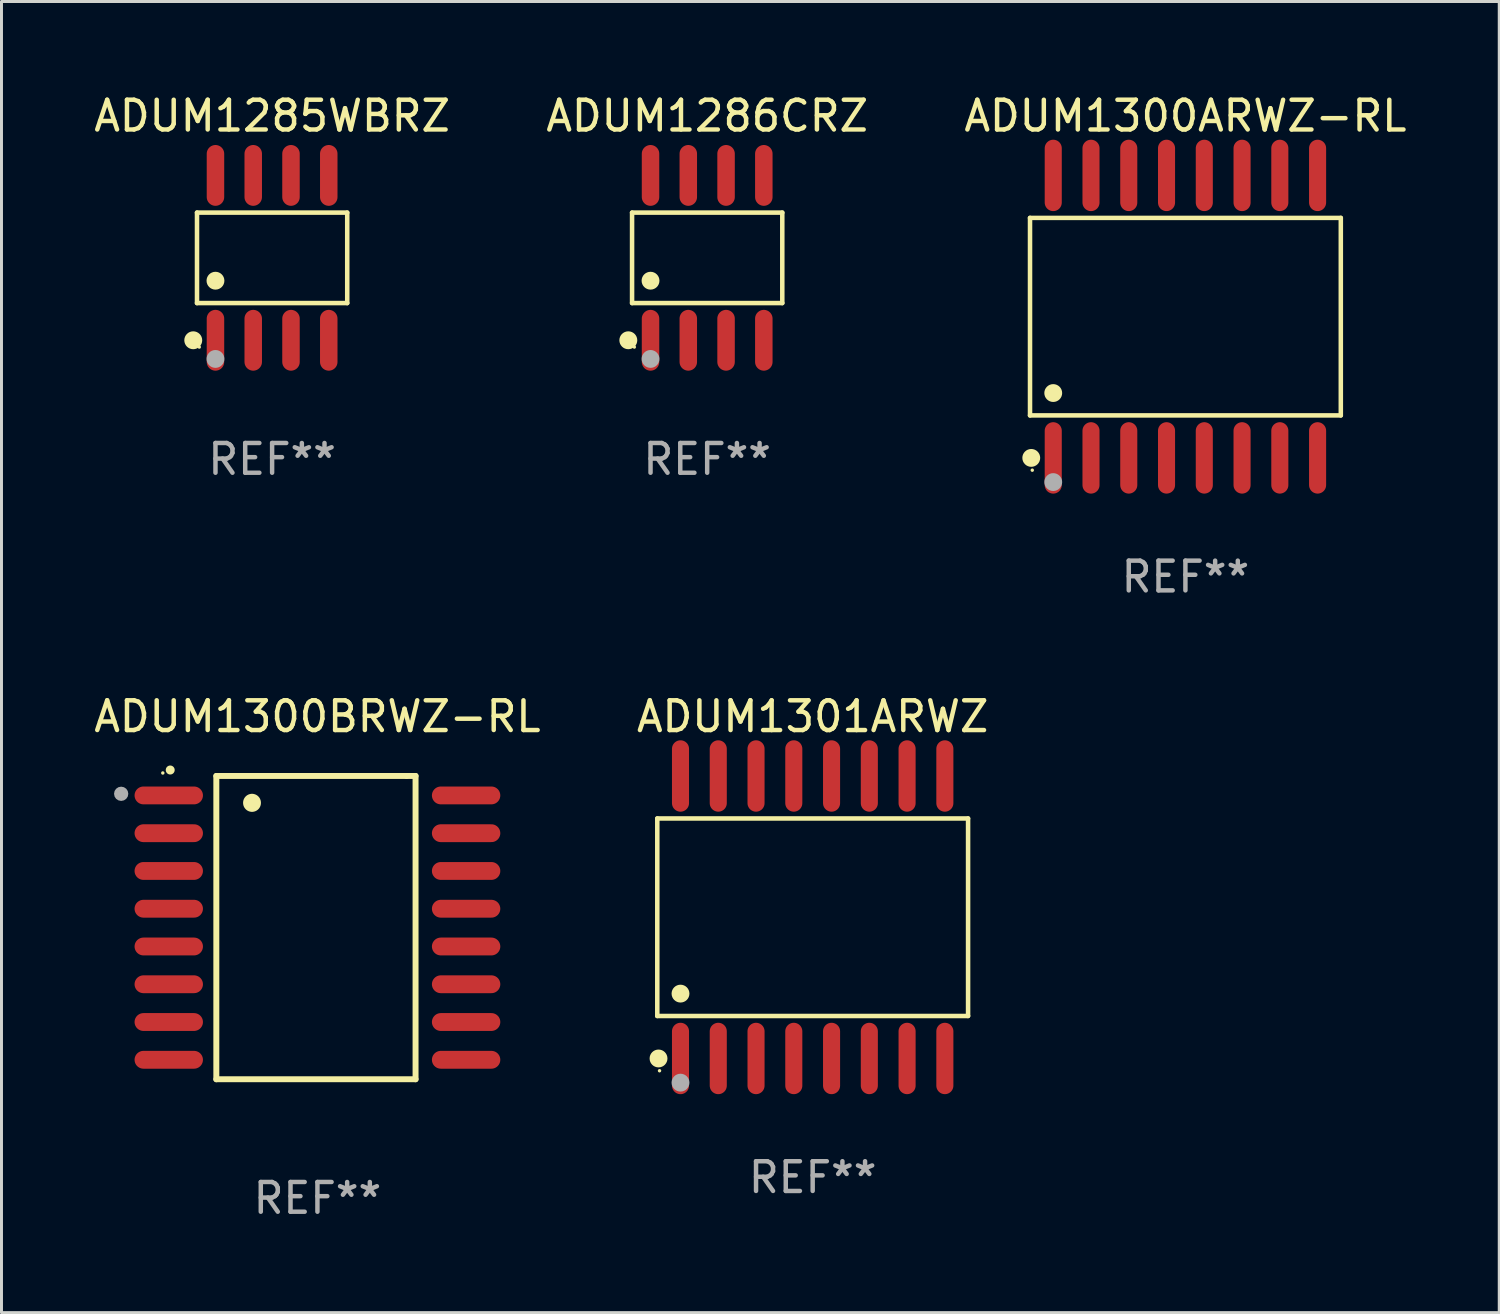
<source format=kicad_pcb>
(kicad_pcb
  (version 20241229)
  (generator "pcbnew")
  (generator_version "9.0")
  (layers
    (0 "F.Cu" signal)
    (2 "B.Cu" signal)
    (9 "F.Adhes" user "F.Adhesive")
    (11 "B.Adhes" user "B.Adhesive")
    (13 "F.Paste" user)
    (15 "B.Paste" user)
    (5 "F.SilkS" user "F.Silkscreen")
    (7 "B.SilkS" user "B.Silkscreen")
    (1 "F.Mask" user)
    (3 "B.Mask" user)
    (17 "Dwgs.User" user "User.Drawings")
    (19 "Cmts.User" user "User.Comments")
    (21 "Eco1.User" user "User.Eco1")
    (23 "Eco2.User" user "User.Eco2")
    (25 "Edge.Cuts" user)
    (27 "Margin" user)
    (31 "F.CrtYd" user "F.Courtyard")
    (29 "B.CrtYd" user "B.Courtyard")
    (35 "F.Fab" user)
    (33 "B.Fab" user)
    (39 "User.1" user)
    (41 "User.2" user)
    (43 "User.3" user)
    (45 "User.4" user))
  (footprint "ADUM1286CRZ"
    (layer "F.Cu")
    (at 20.732 5.621)
    (property "Reference" "ADUM1286CRZ" (at 0 -4.772 0) (layer "F.SilkS") (effects (font (size 1 1) (thickness 0.15))))
    (attr through_hole)
    (fp_line (start -2.526 -1.521) (end 2.526 -1.521) (stroke (width 0.152) (type solid)) (layer "F.SilkS"))
    (fp_line (start -2.526 1.521) (end -2.526 -1.521) (stroke (width 0.152) (type solid)) (layer "F.SilkS"))
    (fp_line (start 2.526 -1.521) (end 2.526 1.521) (stroke (width 0.152) (type solid)) (layer "F.SilkS"))
    (fp_line (start 2.526 1.521) (end -2.526 1.521) (stroke (width 0.152) (type solid)) (layer "F.SilkS"))
    (fp_circle (center -2.652 2.772) (end -2.501 2.772) (stroke (width 0.3) (type solid)) (fill no) (layer "F.SilkS"))
    (fp_circle (center -2.45 3) (end -2.42 3) (stroke (width 0.06) (type solid)) (fill no) (layer "F.SilkS"))
    (fp_circle (center -1.905 0.769) (end -1.755 0.769) (stroke (width 0.3) (type solid)) (fill no) (layer "F.SilkS"))
    (fp_circle (center -1.905 3.4) (end -1.755 3.4) (stroke (width 0.3) (type solid)) (fill no) (layer "F.Fab"))
    (fp_text user "REF**" (at 0 6.772 0) (layer "F.Fab") (effects (font (size 1 1) (thickness 0.15))))
    (pad "1" smd oval (at -1.905 2.772) (size 0.588 2.045) (layers "F.Cu" "F.Mask" "F.Paste"))
    (pad "2" smd oval (at -0.635 2.772) (size 0.588 2.045) (layers "F.Cu" "F.Mask" "F.Paste"))
    (pad "3" smd oval (at 0.635 2.772) (size 0.588 2.045) (layers "F.Cu" "F.Mask" "F.Paste"))
    (pad "4" smd oval (at 1.905 2.772) (size 0.588 2.045) (layers "F.Cu" "F.Mask" "F.Paste"))
    (pad "5" smd oval (at 1.905 -2.772) (size 0.588 2.045) (layers "F.Cu" "F.Mask" "F.Paste"))
    (pad "6" smd oval (at 0.635 -2.772) (size 0.588 2.045) (layers "F.Cu" "F.Mask" "F.Paste"))
    (pad "7" smd oval (at -0.635 -2.772) (size 0.588 2.045) (layers "F.Cu" "F.Mask" "F.Paste"))
    (pad "8" smd oval (at -1.905 -2.772) (size 0.588 2.045) (layers "F.Cu" "F.Mask" "F.Paste")))
  (footprint "ADUM1300BRWZ-RL"
    (layer "F.Cu")
    (at 7.625 28.145)
    (property "Reference" "ADUM1300BRWZ-RL" (at 0 -7.1 0) (layer "F.SilkS") (effects (font (size 1 1) (thickness 0.15))))
    (attr through_hole)
    (fp_line (start -3.4 -5.1) (end -3.4 5.1) (stroke (width 0.2) (type solid)) (layer "F.SilkS"))
    (fp_line (start -3.4 5.1) (end 3.3 5.1) (stroke (width 0.2) (type solid)) (layer "F.SilkS"))
    (fp_line (start 3 -5.1) (end -3.4 -5.1) (stroke (width 0.2) (type solid)) (layer "F.SilkS"))
    (fp_line (start 3.3 -5.1) (end 3 -5.1) (stroke (width 0.2) (type solid)) (layer "F.SilkS"))
    (fp_line (start 3.3 5.1) (end 3.3 -5.1) (stroke (width 0.2) (type solid)) (layer "F.SilkS"))
    (fp_arc (start -4.950495 -5.298451) (mid -4.9505 -5.299721) (end -4.950495 -5.300991) (stroke (width 0.3) (type solid)) (layer "F.SilkS"))
    (fp_arc (start -2.200025 -4.19238) (mid -2.200049 -4.19619) (end -2.200025 -4.2) (stroke (width 0.6) (type solid)) (layer "F.SilkS"))
    (fp_circle (center -5.2 -5.2) (end -5.17 -5.2) (stroke (width 0.06) (type solid)) (fill no) (layer "F.SilkS"))
    (fp_circle (center -6.6 -4.5) (end -6.48 -4.5) (stroke (width 0.24) (type solid)) (fill no) (layer "F.Fab"))
    (fp_text user "REF**" (at 0 9.1 0) (layer "F.Fab") (effects (font (size 1 1) (thickness 0.15))))
    (pad "1" smd oval (at -5 -4.445 90) (size 0.6 2.3) (layers "F.Cu" "F.Mask" "F.Paste"))
    (pad "2" smd oval (at -5 -3.175 90) (size 0.6 2.3) (layers "F.Cu" "F.Mask" "F.Paste"))
    (pad "3" smd oval (at -5 -1.905 90) (size 0.6 2.3) (layers "F.Cu" "F.Mask" "F.Paste"))
    (pad "4" smd oval (at -5 -0.635 90) (size 0.6 2.3) (layers "F.Cu" "F.Mask" "F.Paste"))
    (pad "5" smd oval (at -5 0.635 90) (size 0.6 2.3) (layers "F.Cu" "F.Mask" "F.Paste"))
    (pad "6" smd oval (at -5 1.905 90) (size 0.6 2.3) (layers "F.Cu" "F.Mask" "F.Paste"))
    (pad "7" smd oval (at -5 3.175 90) (size 0.6 2.3) (layers "F.Cu" "F.Mask" "F.Paste"))
    (pad "8" smd oval (at -5 4.445 90) (size 0.6 2.3) (layers "F.Cu" "F.Mask" "F.Paste"))
    (pad "9" smd oval (at 5 4.445 90) (size 0.6 2.3) (layers "F.Cu" "F.Mask" "F.Paste"))
    (pad "10" smd oval (at 5 3.175 90) (size 0.6 2.3) (layers "F.Cu" "F.Mask" "F.Paste"))
    (pad "11" smd oval (at 5 1.905 90) (size 0.6 2.3) (layers "F.Cu" "F.Mask" "F.Paste"))
    (pad "12" smd oval (at 5 0.635 90) (size 0.6 2.3) (layers "F.Cu" "F.Mask" "F.Paste"))
    (pad "13" smd oval (at 5 -0.635 90) (size 0.6 2.3) (layers "F.Cu" "F.Mask" "F.Paste"))
    (pad "14" smd oval (at 5 -1.905 90) (size 0.6 2.3) (layers "F.Cu" "F.Mask" "F.Paste"))
    (pad "15" smd oval (at 5 -3.175 90) (size 0.6 2.3) (layers "F.Cu" "F.Mask" "F.Paste"))
    (pad "16" smd oval (at 5 -4.445 90) (size 0.6 2.3) (layers "F.Cu" "F.Mask" "F.Paste")))
  (footprint "ADUM1300ARWZ-RL"
    (layer "F.Cu")
    (at 36.815 7.599)
    (property "Reference" "ADUM1300ARWZ-RL" (at 0 -6.75 0) (layer "F.SilkS") (effects (font (size 1 1) (thickness 0.15))))
    (attr through_hole)
    (fp_line (start -5.226 -3.321) (end 5.226 -3.321) (stroke (width 0.152) (type solid)) (layer "F.SilkS"))
    (fp_line (start -5.226 3.321) (end -5.226 -3.321) (stroke (width 0.152) (type solid)) (layer "F.SilkS"))
    (fp_line (start 5.226 -3.321) (end 5.226 3.321) (stroke (width 0.152) (type solid)) (layer "F.SilkS"))
    (fp_line (start 5.226 3.321) (end -5.226 3.321) (stroke (width 0.152) (type solid)) (layer "F.SilkS"))
    (fp_circle (center -5.184 4.75) (end -5.034 4.75) (stroke (width 0.3) (type solid)) (fill no) (layer "F.SilkS"))
    (fp_circle (center -5.15 5.163) (end -5.12 5.163) (stroke (width 0.06) (type solid)) (fill no) (layer "F.SilkS"))
    (fp_circle (center -4.445 2.569) (end -4.295 2.569) (stroke (width 0.3) (type solid)) (fill no) (layer "F.SilkS"))
    (fp_circle (center -4.445 5.563) (end -4.295 5.563) (stroke (width 0.3) (type solid)) (fill no) (layer "F.Fab"))
    (fp_text user "REF**" (at 0 8.75 0) (layer "F.Fab") (effects (font (size 1 1) (thickness 0.15))))
    (pad "1" smd oval (at -4.445 4.75) (size 0.574 2.401) (layers "F.Cu" "F.Mask" "F.Paste"))
    (pad "2" smd oval (at -3.175 4.75) (size 0.574 2.401) (layers "F.Cu" "F.Mask" "F.Paste"))
    (pad "3" smd oval (at -1.905 4.75) (size 0.574 2.401) (layers "F.Cu" "F.Mask" "F.Paste"))
    (pad "4" smd oval (at -0.635 4.75) (size 0.574 2.401) (layers "F.Cu" "F.Mask" "F.Paste"))
    (pad "5" smd oval (at 0.635 4.75) (size 0.574 2.401) (layers "F.Cu" "F.Mask" "F.Paste"))
    (pad "6" smd oval (at 1.905 4.75) (size 0.574 2.401) (layers "F.Cu" "F.Mask" "F.Paste"))
    (pad "7" smd oval (at 3.175 4.75) (size 0.574 2.401) (layers "F.Cu" "F.Mask" "F.Paste"))
    (pad "8" smd oval (at 4.445 4.75) (size 0.574 2.401) (layers "F.Cu" "F.Mask" "F.Paste"))
    (pad "9" smd oval (at 4.445 -4.75) (size 0.574 2.401) (layers "F.Cu" "F.Mask" "F.Paste"))
    (pad "10" smd oval (at 3.175 -4.75) (size 0.574 2.401) (layers "F.Cu" "F.Mask" "F.Paste"))
    (pad "11" smd oval (at 1.905 -4.75) (size 0.574 2.401) (layers "F.Cu" "F.Mask" "F.Paste"))
    (pad "12" smd oval (at 0.635 -4.75) (size 0.574 2.401) (layers "F.Cu" "F.Mask" "F.Paste"))
    (pad "13" smd oval (at -0.635 -4.75) (size 0.574 2.401) (layers "F.Cu" "F.Mask" "F.Paste"))
    (pad "14" smd oval (at -1.905 -4.75) (size 0.574 2.401) (layers "F.Cu" "F.Mask" "F.Paste"))
    (pad "15" smd oval (at -3.175 -4.75) (size 0.574 2.401) (layers "F.Cu" "F.Mask" "F.Paste"))
    (pad "16" smd oval (at -4.445 -4.75) (size 0.574 2.401) (layers "F.Cu" "F.Mask" "F.Paste")))
  (footprint "ADUM1301ARWZ"
    (layer "F.Cu")
    (at 24.28 27.796)
    (property "Reference" "ADUM1301ARWZ" (at 0 -6.75 0) (layer "F.SilkS") (effects (font (size 1 1) (thickness 0.15))))
    (attr through_hole)
    (fp_line (start -5.226 -3.321) (end 5.226 -3.321) (stroke (width 0.152) (type solid)) (layer "F.SilkS"))
    (fp_line (start -5.226 3.321) (end -5.226 -3.321) (stroke (width 0.152) (type solid)) (layer "F.SilkS"))
    (fp_line (start 5.226 -3.321) (end 5.226 3.321) (stroke (width 0.152) (type solid)) (layer "F.SilkS"))
    (fp_line (start 5.226 3.321) (end -5.226 3.321) (stroke (width 0.152) (type solid)) (layer "F.SilkS"))
    (fp_circle (center -5.184 4.75) (end -5.034 4.75) (stroke (width 0.3) (type solid)) (fill no) (layer "F.SilkS"))
    (fp_circle (center -5.15 5.163) (end -5.12 5.163) (stroke (width 0.06) (type solid)) (fill no) (layer "F.SilkS"))
    (fp_circle (center -4.445 2.569) (end -4.295 2.569) (stroke (width 0.3) (type solid)) (fill no) (layer "F.SilkS"))
    (fp_circle (center -4.445 5.563) (end -4.295 5.563) (stroke (width 0.3) (type solid)) (fill no) (layer "F.Fab"))
    (fp_text user "REF**" (at 0 8.75 0) (layer "F.Fab") (effects (font (size 1 1) (thickness 0.15))))
    (pad "1" smd oval (at -4.445 4.75) (size 0.574 2.401) (layers "F.Cu" "F.Mask" "F.Paste"))
    (pad "2" smd oval (at -3.175 4.75) (size 0.574 2.401) (layers "F.Cu" "F.Mask" "F.Paste"))
    (pad "3" smd oval (at -1.905 4.75) (size 0.574 2.401) (layers "F.Cu" "F.Mask" "F.Paste"))
    (pad "4" smd oval (at -0.635 4.75) (size 0.574 2.401) (layers "F.Cu" "F.Mask" "F.Paste"))
    (pad "5" smd oval (at 0.635 4.75) (size 0.574 2.401) (layers "F.Cu" "F.Mask" "F.Paste"))
    (pad "6" smd oval (at 1.905 4.75) (size 0.574 2.401) (layers "F.Cu" "F.Mask" "F.Paste"))
    (pad "7" smd oval (at 3.175 4.75) (size 0.574 2.401) (layers "F.Cu" "F.Mask" "F.Paste"))
    (pad "8" smd oval (at 4.445 4.75) (size 0.574 2.401) (layers "F.Cu" "F.Mask" "F.Paste"))
    (pad "9" smd oval (at 4.445 -4.75) (size 0.574 2.401) (layers "F.Cu" "F.Mask" "F.Paste"))
    (pad "10" smd oval (at 3.175 -4.75) (size 0.574 2.401) (layers "F.Cu" "F.Mask" "F.Paste"))
    (pad "11" smd oval (at 1.905 -4.75) (size 0.574 2.401) (layers "F.Cu" "F.Mask" "F.Paste"))
    (pad "12" smd oval (at 0.635 -4.75) (size 0.574 2.401) (layers "F.Cu" "F.Mask" "F.Paste"))
    (pad "13" smd oval (at -0.635 -4.75) (size 0.574 2.401) (layers "F.Cu" "F.Mask" "F.Paste"))
    (pad "14" smd oval (at -1.905 -4.75) (size 0.574 2.401) (layers "F.Cu" "F.Mask" "F.Paste"))
    (pad "15" smd oval (at -3.175 -4.75) (size 0.574 2.401) (layers "F.Cu" "F.Mask" "F.Paste"))
    (pad "16" smd oval (at -4.445 -4.75) (size 0.574 2.401) (layers "F.Cu" "F.Mask" "F.Paste")))
  (footprint "ADUM1285WBRZ"
    (layer "F.Cu")
    (at 6.101 5.621)
    (property "Reference" "ADUM1285WBRZ" (at 0 -4.772 0) (layer "F.SilkS") (effects (font (size 1 1) (thickness 0.15))))
    (attr through_hole)
    (fp_line (start -2.526 -1.521) (end 2.526 -1.521) (stroke (width 0.152) (type solid)) (layer "F.SilkS"))
    (fp_line (start -2.526 1.521) (end -2.526 -1.521) (stroke (width 0.152) (type solid)) (layer "F.SilkS"))
    (fp_line (start 2.526 -1.521) (end 2.526 1.521) (stroke (width 0.152) (type solid)) (layer "F.SilkS"))
    (fp_line (start 2.526 1.521) (end -2.526 1.521) (stroke (width 0.152) (type solid)) (layer "F.SilkS"))
    (fp_circle (center -2.652 2.772) (end -2.501 2.772) (stroke (width 0.3) (type solid)) (fill no) (layer "F.SilkS"))
    (fp_circle (center -2.45 3) (end -2.42 3) (stroke (width 0.06) (type solid)) (fill no) (layer "F.SilkS"))
    (fp_circle (center -1.905 0.769) (end -1.755 0.769) (stroke (width 0.3) (type solid)) (fill no) (layer "F.SilkS"))
    (fp_circle (center -1.905 3.4) (end -1.755 3.4) (stroke (width 0.3) (type solid)) (fill no) (layer "F.Fab"))
    (fp_text user "REF**" (at 0 6.772 0) (layer "F.Fab") (effects (font (size 1 1) (thickness 0.15))))
    (pad "1" smd oval (at -1.905 2.772) (size 0.588 2.045) (layers "F.Cu" "F.Mask" "F.Paste"))
    (pad "2" smd oval (at -0.635 2.772) (size 0.588 2.045) (layers "F.Cu" "F.Mask" "F.Paste"))
    (pad "3" smd oval (at 0.635 2.772) (size 0.588 2.045) (layers "F.Cu" "F.Mask" "F.Paste"))
    (pad "4" smd oval (at 1.905 2.772) (size 0.588 2.045) (layers "F.Cu" "F.Mask" "F.Paste"))
    (pad "5" smd oval (at 1.905 -2.772) (size 0.588 2.045) (layers "F.Cu" "F.Mask" "F.Paste"))
    (pad "6" smd oval (at 0.635 -2.772) (size 0.588 2.045) (layers "F.Cu" "F.Mask" "F.Paste"))
    (pad "7" smd oval (at -0.635 -2.772) (size 0.588 2.045) (layers "F.Cu" "F.Mask" "F.Paste"))
    (pad "8" smd oval (at -1.905 -2.772) (size 0.588 2.045) (layers "F.Cu" "F.Mask" "F.Paste")))
  (gr_rect
    (start -3 -3)
    (end 47.369 41.094)
    (stroke (width 0.1) (type default))
    (fill no)
    (layer "Edge.Cuts")))
</source>
